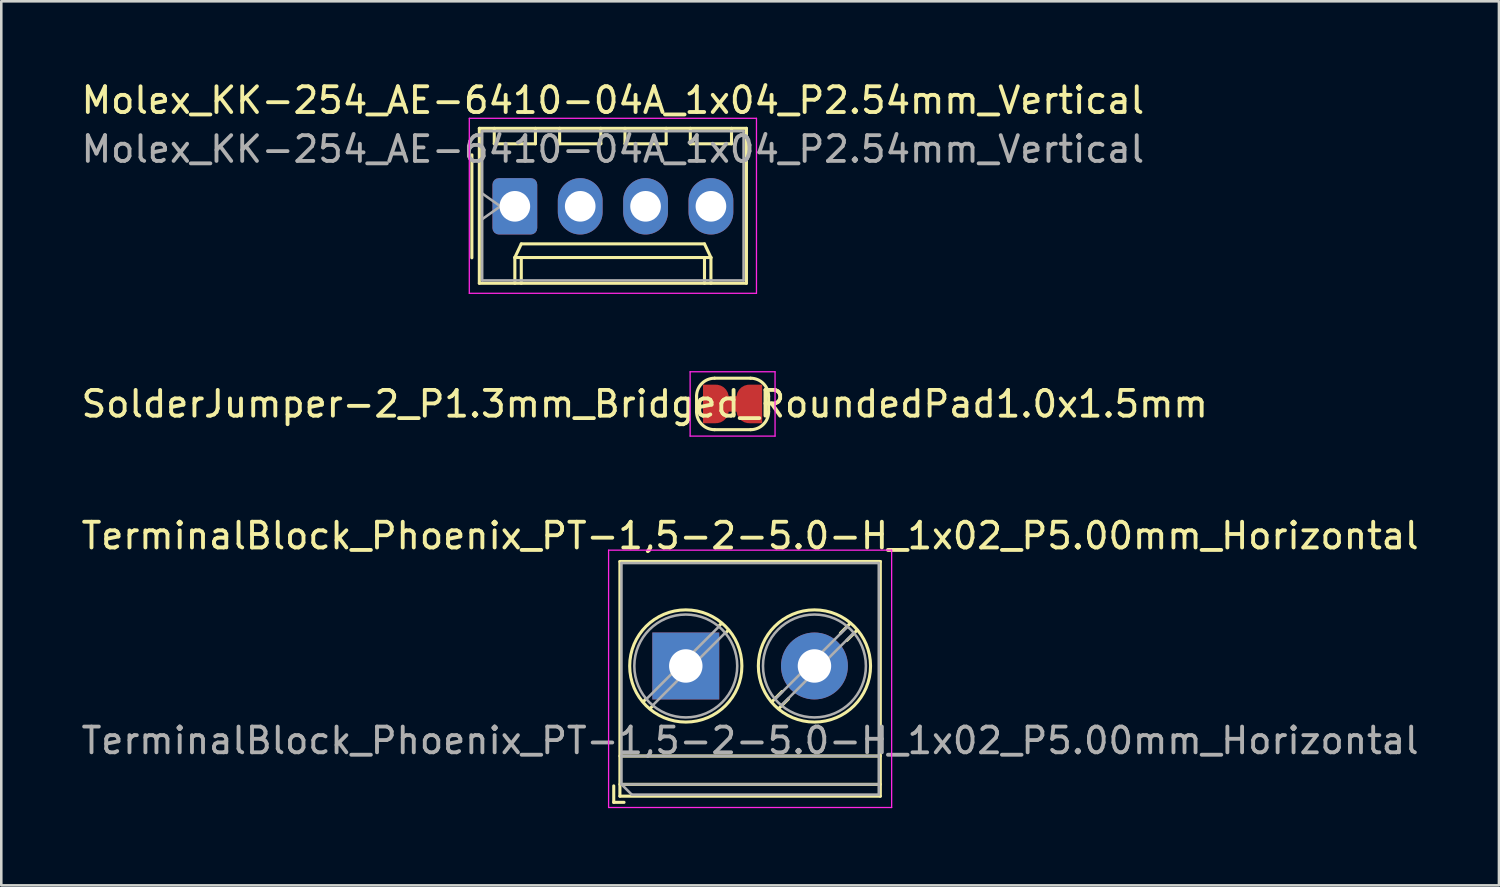
<source format=kicad_pcb>
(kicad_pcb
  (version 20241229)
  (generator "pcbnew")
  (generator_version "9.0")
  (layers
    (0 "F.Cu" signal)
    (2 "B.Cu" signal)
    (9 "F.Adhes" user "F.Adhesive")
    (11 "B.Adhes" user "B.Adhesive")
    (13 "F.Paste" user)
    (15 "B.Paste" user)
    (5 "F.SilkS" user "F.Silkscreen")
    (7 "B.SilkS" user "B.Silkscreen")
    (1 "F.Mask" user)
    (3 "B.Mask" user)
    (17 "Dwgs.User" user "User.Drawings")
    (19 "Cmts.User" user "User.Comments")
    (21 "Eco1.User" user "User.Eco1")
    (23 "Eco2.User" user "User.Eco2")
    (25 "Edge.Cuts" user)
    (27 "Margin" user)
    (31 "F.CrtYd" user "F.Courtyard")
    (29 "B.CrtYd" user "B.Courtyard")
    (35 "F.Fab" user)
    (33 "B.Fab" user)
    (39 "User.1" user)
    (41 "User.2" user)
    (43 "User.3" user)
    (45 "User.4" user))
  (footprint "Molex_KK-254_AE-6410-04A_1x04_P2.54mm_Vertical"
    (layer "F.Cu")
    (at 16.958 4.968)
    (property "Reference" "Molex_KK-254_AE-6410-04A_1x04_P2.54mm_Vertical" (at 3.81 -4.12 0) (layer "F.SilkS") (effects (font (size 1 1) (thickness 0.15))))
    (attr through_hole)
    (fp_line (start -1.67 -2) (end -1.67 2) (stroke (width 0.12) (type solid)) (layer "F.SilkS"))
    (fp_line (start -1.38 -3.03) (end -1.38 2.99) (stroke (width 0.12) (type solid)) (layer "F.SilkS"))
    (fp_line (start -1.38 2.99) (end 9 2.99) (stroke (width 0.12) (type solid)) (layer "F.SilkS"))
    (fp_line (start -0.8 -3.03) (end -0.8 -2.43) (stroke (width 0.12) (type solid)) (layer "F.SilkS"))
    (fp_line (start -0.8 -2.43) (end 0.8 -2.43) (stroke (width 0.12) (type solid)) (layer "F.SilkS"))
    (fp_line (start 0 1.99) (end 0.25 1.46) (stroke (width 0.12) (type solid)) (layer "F.SilkS"))
    (fp_line (start 0 1.99) (end 7.62 1.99) (stroke (width 0.12) (type solid)) (layer "F.SilkS"))
    (fp_line (start 0 2.99) (end 0 1.99) (stroke (width 0.12) (type solid)) (layer "F.SilkS"))
    (fp_line (start 0.25 1.46) (end 7.37 1.46) (stroke (width 0.12) (type solid)) (layer "F.SilkS"))
    (fp_line (start 0.25 2.99) (end 0.25 1.99) (stroke (width 0.12) (type solid)) (layer "F.SilkS"))
    (fp_line (start 0.8 -2.43) (end 0.8 -3.03) (stroke (width 0.12) (type solid)) (layer "F.SilkS"))
    (fp_line (start 1.74 -3.03) (end 1.74 -2.43) (stroke (width 0.12) (type solid)) (layer "F.SilkS"))
    (fp_line (start 1.74 -2.43) (end 3.34 -2.43) (stroke (width 0.12) (type solid)) (layer "F.SilkS"))
    (fp_line (start 3.34 -2.43) (end 3.34 -3.03) (stroke (width 0.12) (type solid)) (layer "F.SilkS"))
    (fp_line (start 4.28 -3.03) (end 4.28 -2.43) (stroke (width 0.12) (type solid)) (layer "F.SilkS"))
    (fp_line (start 4.28 -2.43) (end 5.88 -2.43) (stroke (width 0.12) (type solid)) (layer "F.SilkS"))
    (fp_line (start 5.88 -2.43) (end 5.88 -3.03) (stroke (width 0.12) (type solid)) (layer "F.SilkS"))
    (fp_line (start 6.82 -3.03) (end 6.82 -2.43) (stroke (width 0.12) (type solid)) (layer "F.SilkS"))
    (fp_line (start 6.82 -2.43) (end 8.42 -2.43) (stroke (width 0.12) (type solid)) (layer "F.SilkS"))
    (fp_line (start 7.37 1.46) (end 7.62 1.99) (stroke (width 0.12) (type solid)) (layer "F.SilkS"))
    (fp_line (start 7.37 2.99) (end 7.37 1.99) (stroke (width 0.12) (type solid)) (layer "F.SilkS"))
    (fp_line (start 7.62 1.99) (end 7.62 2.99) (stroke (width 0.12) (type solid)) (layer "F.SilkS"))
    (fp_line (start 8.42 -2.43) (end 8.42 -3.03) (stroke (width 0.12) (type solid)) (layer "F.SilkS"))
    (fp_line (start 9 -3.03) (end -1.38 -3.03) (stroke (width 0.12) (type solid)) (layer "F.SilkS"))
    (fp_line (start 9 2.99) (end 9 -3.03) (stroke (width 0.12) (type solid)) (layer "F.SilkS"))
    (fp_line (start -1.77 -3.42) (end -1.77 3.38) (stroke (width 0.05) (type solid)) (layer "F.CrtYd"))
    (fp_line (start -1.77 3.38) (end 9.39 3.38) (stroke (width 0.05) (type solid)) (layer "F.CrtYd"))
    (fp_line (start 9.39 -3.42) (end -1.77 -3.42) (stroke (width 0.05) (type solid)) (layer "F.CrtYd"))
    (fp_line (start 9.39 3.38) (end 9.39 -3.42) (stroke (width 0.05) (type solid)) (layer "F.CrtYd"))
    (fp_line (start -1.27 -2.92) (end -1.27 2.88) (stroke (width 0.1) (type solid)) (layer "F.Fab"))
    (fp_line (start -1.27 -0.5) (end -0.563 0) (stroke (width 0.1) (type solid)) (layer "F.Fab"))
    (fp_line (start -1.27 2.88) (end 8.89 2.88) (stroke (width 0.1) (type solid)) (layer "F.Fab"))
    (fp_line (start -0.563 0) (end -1.27 0.5) (stroke (width 0.1) (type solid)) (layer "F.Fab"))
    (fp_line (start 8.89 -2.92) (end -1.27 -2.92) (stroke (width 0.1) (type solid)) (layer "F.Fab"))
    (fp_line (start 8.89 2.88) (end 8.89 -2.92) (stroke (width 0.1) (type solid)) (layer "F.Fab"))
    (fp_text user "${REFERENCE}" (at 3.81 -2.22 0) (layer "F.Fab") (effects (font (size 1 1) (thickness 0.15))))
    (pad "1" thru_hole roundrect (at 0 0) (size 1.74 2.19) (drill 1.19) (layers "*.Cu" "*.Mask") (roundrect_rratio 0.144))
    (pad "2" thru_hole oval (at 2.54 0) (size 1.74 2.19) (drill 1.19) (layers "*.Cu" "*.Mask"))
    (pad "3" thru_hole oval (at 5.08 0) (size 1.74 2.19) (drill 1.19) (layers "*.Cu" "*.Mask"))
    (pad "4" thru_hole oval (at 7.62 0) (size 1.74 2.19) (drill 1.19) (layers "*.Cu" "*.Mask")))
  (footprint "TerminalBlock_Phoenix_PT-1,5-2-5.0-H_1x02_P5.00mm_Horizontal"
    (layer "F.Cu")
    (at 23.601 22.831)
    (property "Reference" "TerminalBlock_Phoenix_PT-1,5-2-5.0-H_1x02_P5.00mm_Horizontal" (at 2.5 -5.06 0) (layer "F.SilkS") (effects (font (size 1 1) (thickness 0.15))))
    (attr through_hole)
    (fp_line (start -2.8 4.66) (end -2.8 5.3) (stroke (width 0.12) (type solid)) (layer "F.SilkS"))
    (fp_line (start -2.8 5.3) (end -2.4 5.3) (stroke (width 0.12) (type solid)) (layer "F.SilkS"))
    (fp_line (start -2.56 -4.06) (end -2.56 5.06) (stroke (width 0.12) (type solid)) (layer "F.SilkS"))
    (fp_line (start -2.56 -4.06) (end 7.56 -4.06) (stroke (width 0.12) (type solid)) (layer "F.SilkS"))
    (fp_line (start -2.56 3.5) (end 7.56 3.5) (stroke (width 0.12) (type solid)) (layer "F.SilkS"))
    (fp_line (start -2.56 4.6) (end 7.56 4.6) (stroke (width 0.12) (type solid)) (layer "F.SilkS"))
    (fp_line (start -2.56 5.06) (end 7.56 5.06) (stroke (width 0.12) (type solid)) (layer "F.SilkS"))
    (fp_line (start -1.548 1.281) (end -1.654 1.388) (stroke (width 0.12) (type solid)) (layer "F.SilkS"))
    (fp_line (start -1.282 1.547) (end -1.388 1.654) (stroke (width 0.12) (type solid)) (layer "F.SilkS"))
    (fp_line (start 1.388 -1.654) (end 1.281 -1.547) (stroke (width 0.12) (type solid)) (layer "F.SilkS"))
    (fp_line (start 1.654 -1.388) (end 1.547 -1.281) (stroke (width 0.12) (type solid)) (layer "F.SilkS"))
    (fp_line (start 3.742 0.992) (end 3.347 1.388) (stroke (width 0.12) (type solid)) (layer "F.SilkS"))
    (fp_line (start 3.993 1.274) (end 3.613 1.654) (stroke (width 0.12) (type solid)) (layer "F.SilkS"))
    (fp_line (start 6.388 -1.654) (end 6.008 -1.274) (stroke (width 0.12) (type solid)) (layer "F.SilkS"))
    (fp_line (start 6.654 -1.388) (end 6.259 -0.992) (stroke (width 0.12) (type solid)) (layer "F.SilkS"))
    (fp_line (start 7.56 -4.06) (end 7.56 5.06) (stroke (width 0.12) (type solid)) (layer "F.SilkS"))
    (fp_circle (center 0 0) (end 2.18 0) (stroke (width 0.12) (type solid)) (fill no) (layer "F.SilkS"))
    (fp_circle (center 5 0) (end 7.18 0) (stroke (width 0.12) (type solid)) (fill no) (layer "F.SilkS"))
    (fp_line (start -3 -4.5) (end -3 5.5) (stroke (width 0.05) (type solid)) (layer "F.CrtYd"))
    (fp_line (start -3 5.5) (end 8 5.5) (stroke (width 0.05) (type solid)) (layer "F.CrtYd"))
    (fp_line (start 8 -4.5) (end -3 -4.5) (stroke (width 0.05) (type solid)) (layer "F.CrtYd"))
    (fp_line (start 8 5.5) (end 8 -4.5) (stroke (width 0.05) (type solid)) (layer "F.CrtYd"))
    (fp_line (start -2.5 -4) (end 7.5 -4) (stroke (width 0.1) (type solid)) (layer "F.Fab"))
    (fp_line (start -2.5 3.5) (end 7.5 3.5) (stroke (width 0.1) (type solid)) (layer "F.Fab"))
    (fp_line (start -2.5 4.6) (end -2.5 -4) (stroke (width 0.1) (type solid)) (layer "F.Fab"))
    (fp_line (start -2.5 4.6) (end 7.5 4.6) (stroke (width 0.1) (type solid)) (layer "F.Fab"))
    (fp_line (start -2.1 5) (end -2.5 4.6) (stroke (width 0.1) (type solid)) (layer "F.Fab"))
    (fp_line (start 1.273 -1.517) (end -1.517 1.273) (stroke (width 0.1) (type solid)) (layer "F.Fab"))
    (fp_line (start 1.517 -1.273) (end -1.273 1.517) (stroke (width 0.1) (type solid)) (layer "F.Fab"))
    (fp_line (start 6.273 -1.517) (end 3.484 1.273) (stroke (width 0.1) (type solid)) (layer "F.Fab"))
    (fp_line (start 6.517 -1.273) (end 3.728 1.517) (stroke (width 0.1) (type solid)) (layer "F.Fab"))
    (fp_line (start 7.5 -4) (end 7.5 5) (stroke (width 0.1) (type solid)) (layer "F.Fab"))
    (fp_line (start 7.5 5) (end -2.1 5) (stroke (width 0.1) (type solid)) (layer "F.Fab"))
    (fp_circle (center 0 0) (end 2 0) (stroke (width 0.1) (type solid)) (fill no) (layer "F.Fab"))
    (fp_circle (center 5 0) (end 7 0) (stroke (width 0.1) (type solid)) (fill no) (layer "F.Fab"))
    (fp_text user "${REFERENCE}" (at 2.5 2.9 0) (layer "F.Fab") (effects (font (size 1 1) (thickness 0.15))))
    (pad "1" thru_hole rect (at 0 0) (size 2.6 2.6) (drill 1.3) (layers "*.Cu" "*.Mask"))
    (pad "2" thru_hole circle (at 5 0) (size 2.6 2.6) (drill 1.3) (layers "*.Cu" "*.Mask")))
  (footprint "SolderJumper-2_P1.3mm_Bridged_RoundedPad1.0x1.5mm"
    (layer "F.Cu")
    (at 25.42 12.648)
    (property "Reference" "SolderJumper-2_P1.3mm_Bridged_RoundedPad1.0x1.5mm" (at -3.414 0 0) (layer "F.SilkS") (effects (font (size 1 1) (thickness 0.15))))
    (attr exclude_from_pos_files)
    (fp_poly (pts (xy 0.25 -0.3) (xy -0.25 -0.3) (xy -0.25 0.3) (xy 0.25 0.3)) (stroke (width 0) (type solid)) (fill yes) (layer "F.Cu"))
    (fp_line (start -1.4 0.3) (end -1.4 -0.3) (stroke (width 0.12) (type solid)) (layer "F.SilkS"))
    (fp_line (start -0.7 -1) (end 0.7 -1) (stroke (width 0.12) (type solid)) (layer "F.SilkS"))
    (fp_line (start 0.7 1) (end -0.7 1) (stroke (width 0.12) (type solid)) (layer "F.SilkS"))
    (fp_line (start 1.4 -0.3) (end 1.4 0.3) (stroke (width 0.12) (type solid)) (layer "F.SilkS"))
    (fp_arc (start -1.4 -0.3) (mid -1.194975 -0.794975) (end -0.7 -1) (stroke (width 0.12) (type solid)) (layer "F.SilkS"))
    (fp_arc (start -0.7 1) (mid -1.194975 0.794975) (end -1.4 0.3) (stroke (width 0.12) (type solid)) (layer "F.SilkS"))
    (fp_arc (start 0.7 -1) (mid 1.194975 -0.794975) (end 1.4 -0.3) (stroke (width 0.12) (type solid)) (layer "F.SilkS"))
    (fp_arc (start 1.4 0.3) (mid 1.194975 0.794975) (end 0.7 1) (stroke (width 0.12) (type solid)) (layer "F.SilkS"))
    (fp_line (start -1.65 -1.25) (end -1.65 1.25) (stroke (width 0.05) (type solid)) (layer "F.CrtYd"))
    (fp_line (start -1.65 -1.25) (end 1.65 -1.25) (stroke (width 0.05) (type solid)) (layer "F.CrtYd"))
    (fp_line (start 1.65 1.25) (end -1.65 1.25) (stroke (width 0.05) (type solid)) (layer "F.CrtYd"))
    (fp_line (start 1.65 1.25) (end 1.65 -1.25) (stroke (width 0.05) (type solid)) (layer "F.CrtYd"))
    (pad "1" smd custom (at -0.65 0 180) (size 1 0.5) (layers "F.Cu" "F.Mask") (options (anchor rect)) (primitives (gr_circle (center 0 0.25) (end 0.5 0.25) (width 0) (fill yes)) (gr_circle (center 0 -0.25) (end 0.5 -0.25) (width 0) (fill yes)) (gr_poly (pts (xy 0.5 0.75) (xy 0 0.75) (xy 0 -0.75) (xy 0.5 -0.75)) (width 0) (fill yes))))
    (pad "2" smd custom (at 0.65 0 180) (size 1 0.5) (layers "F.Cu" "F.Mask") (options (anchor rect)) (primitives (gr_circle (center 0 0.25) (end 0.5 0.25) (width 0) (fill yes)) (gr_circle (center 0 -0.25) (end 0.5 -0.25) (width 0) (fill yes)) (gr_poly (pts (xy 0 0.75) (xy -0.5 0.75) (xy -0.5 -0.75) (xy 0 -0.75)) (width 0) (fill yes)))))
  (gr_rect
    (start -3 -3)
    (end 55.202 31.357)
    (stroke (width 0.1) (type default))
    (fill no)
    (layer "Edge.Cuts")))
</source>
